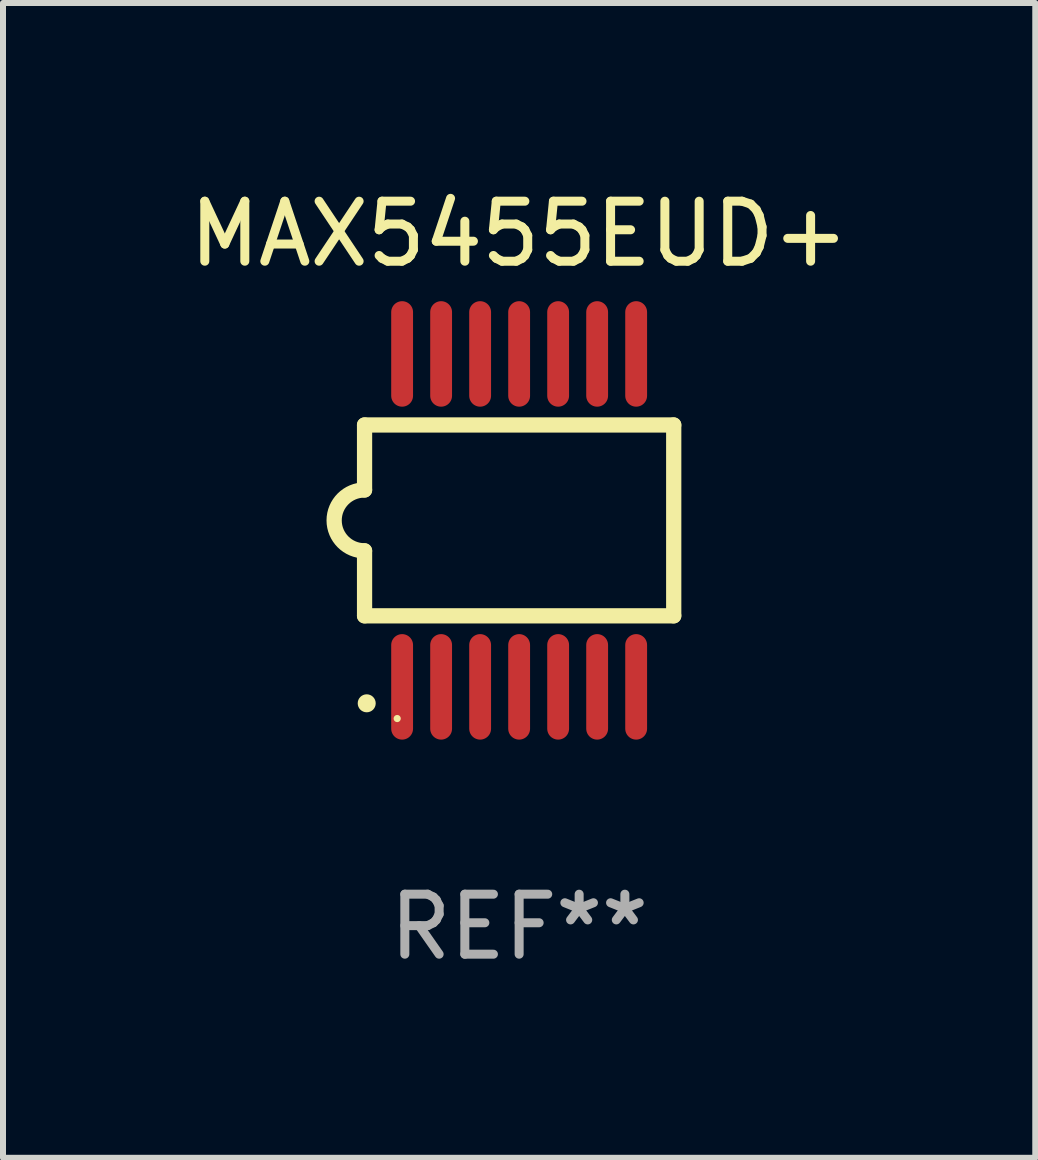
<source format=kicad_pcb>
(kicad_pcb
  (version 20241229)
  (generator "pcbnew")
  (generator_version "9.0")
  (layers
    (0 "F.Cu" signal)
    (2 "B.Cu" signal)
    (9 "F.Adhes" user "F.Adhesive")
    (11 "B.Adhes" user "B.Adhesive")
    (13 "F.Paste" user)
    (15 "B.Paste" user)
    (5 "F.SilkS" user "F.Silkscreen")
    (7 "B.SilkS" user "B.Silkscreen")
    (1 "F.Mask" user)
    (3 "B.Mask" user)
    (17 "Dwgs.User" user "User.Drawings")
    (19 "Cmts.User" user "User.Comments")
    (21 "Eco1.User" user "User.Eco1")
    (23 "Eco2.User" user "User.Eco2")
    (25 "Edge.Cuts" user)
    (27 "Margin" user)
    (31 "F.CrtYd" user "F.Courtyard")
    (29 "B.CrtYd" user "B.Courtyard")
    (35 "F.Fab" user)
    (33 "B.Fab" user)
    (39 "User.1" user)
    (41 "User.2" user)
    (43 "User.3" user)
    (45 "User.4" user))
  (footprint "MAX5455EUD+"
    (layer "F.Cu")
    (at 5.601 5.622)
    (property "Reference" "MAX5455EUD+" (at 0 -4.774 0) (layer "F.SilkS") (effects (font (size 1 1) (thickness 0.15))))
    (attr through_hole)
    (fp_line (start -2.576 -1.59) (end -2.576 -0.508) (stroke (width 0.254) (type solid)) (layer "F.SilkS"))
    (fp_line (start -2.576 -1.59) (end 2.576 -1.59) (stroke (width 0.254) (type solid)) (layer "F.SilkS"))
    (fp_line (start -2.576 1.59) (end -2.576 0.508) (stroke (width 0.254) (type solid)) (layer "F.SilkS"))
    (fp_line (start 2.576 -1.59) (end 2.576 1.59) (stroke (width 0.254) (type solid)) (layer "F.SilkS"))
    (fp_line (start 2.576 1.59) (end -2.576 1.59) (stroke (width 0.254) (type solid)) (layer "F.SilkS"))
    (fp_arc (start -2.576099 0.506706) (mid -3.081511 0) (end -2.576098 -0.506706) (stroke (width 0.254001) (type solid)) (layer "F.SilkS"))
    (fp_circle (center -2.54 3.048) (end -2.465 3.048) (stroke (width 0.15) (type solid)) (fill no) (layer "F.SilkS"))
    (fp_circle (center -2.032 3.302) (end -2.002 3.302) (stroke (width 0.06) (type solid)) (fill no) (layer "F.SilkS"))
    (fp_text user "REF**" (at 0 6.774 0) (layer "F.Fab") (effects (font (size 1 1) (thickness 0.15))))
    (pad "1" smd oval (at -1.95 2.774) (size 0.364 1.758) (layers "F.Cu" "F.Mask" "F.Paste"))
    (pad "2" smd oval (at -1.3 2.774) (size 0.364 1.758) (layers "F.Cu" "F.Mask" "F.Paste"))
    (pad "3" smd oval (at -0.65 2.774) (size 0.364 1.758) (layers "F.Cu" "F.Mask" "F.Paste"))
    (pad "4" smd oval (at 0 2.774) (size 0.364 1.758) (layers "F.Cu" "F.Mask" "F.Paste"))
    (pad "5" smd oval (at 0.65 2.774) (size 0.364 1.758) (layers "F.Cu" "F.Mask" "F.Paste"))
    (pad "6" smd oval (at 1.3 2.774) (size 0.364 1.758) (layers "F.Cu" "F.Mask" "F.Paste"))
    (pad "7" smd oval (at 1.95 2.774) (size 0.364 1.758) (layers "F.Cu" "F.Mask" "F.Paste"))
    (pad "8" smd oval (at 1.95 -2.774) (size 0.364 1.758) (layers "F.Cu" "F.Mask" "F.Paste"))
    (pad "9" smd oval (at 1.3 -2.774) (size 0.364 1.758) (layers "F.Cu" "F.Mask" "F.Paste"))
    (pad "10" smd oval (at 0.65 -2.774) (size 0.364 1.758) (layers "F.Cu" "F.Mask" "F.Paste"))
    (pad "11" smd oval (at 0 -2.774) (size 0.364 1.758) (layers "F.Cu" "F.Mask" "F.Paste"))
    (pad "12" smd oval (at -0.65 -2.774) (size 0.364 1.758) (layers "F.Cu" "F.Mask" "F.Paste"))
    (pad "13" smd oval (at -1.3 -2.774) (size 0.364 1.758) (layers "F.Cu" "F.Mask" "F.Paste"))
    (pad "14" smd oval (at -1.95 -2.774) (size 0.364 1.758) (layers "F.Cu" "F.Mask" "F.Paste")))
  (gr_rect
    (start -3 -3)
    (end 14.202 16.244)
    (stroke (width 0.1) (type default))
    (fill no)
    (layer "Edge.Cuts")))
</source>
